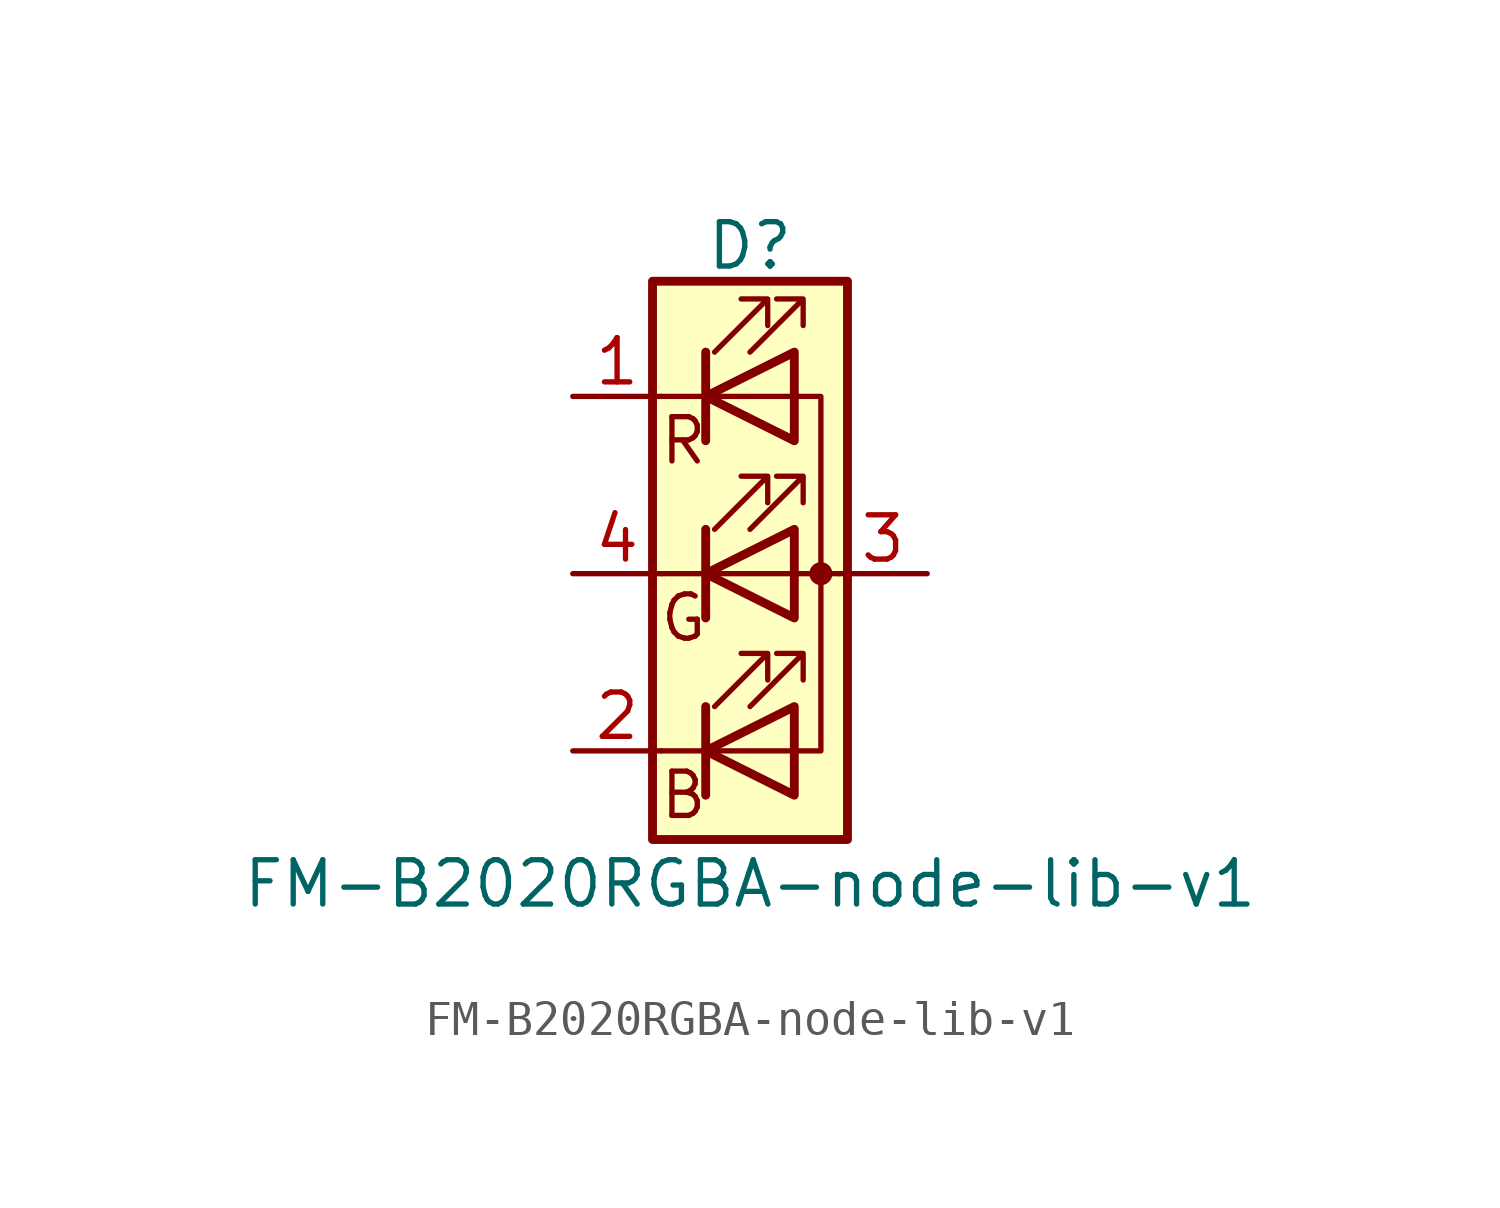
<source format=kicad_sym>
(kicad_symbol_lib
  (version 20211014)
  (generator kicad_symbol_editor)
  (symbol "FM-B2020RGBA-node-lib-v1"
    (pin_names
      (offset 0) hide)
    (property "Reference" "D"
      (at 0 9.398 0)
      (effects (font (size 1.27 1.27))))
    (property "Value" "FM-B2020RGBA-node-lib-v1"
      (at 0 -8.89 0)
      (effects (font (size 1.27 1.27))))
    (symbol "FM-B2020RGBA-node-lib-v1_0_0"
      (text "B" (at -1.905 -6.35 0) (effects (font (size 1.27 1.27))))
      (text "G" (at -1.905 -1.27 0) (effects (font (size 1.27 1.27))))
      (text "R" (at -1.905 3.81 0) (effects (font (size 1.27 1.27)))))
    (symbol "FM-B2020RGBA-node-lib-v1_0_1"
      (polyline (pts (xy -1.27 -5.08) (xy -2.54 -5.08)) (stroke (width 0) (type default) (color 0 0 0 0)) (fill (type none)))
      (polyline (pts (xy -1.27 -5.08) (xy 1.27 -5.08)) (stroke (width 0) (type default) (color 0 0 0 0)) (fill (type none)))
      (polyline (pts (xy -1.27 -3.81) (xy -1.27 -6.35)) (stroke (width 0.254) (type default) (color 0 0 0 0)) (fill (type none)))
      (polyline (pts (xy -1.27 0) (xy -2.54 0)) (stroke (width 0) (type default) (color 0 0 0 0)) (fill (type none)))
      (polyline (pts (xy -1.27 0) (xy 1.27 0)) (stroke (width 0) (type default) (color 0 0 0 0)) (fill (type none)))
      (polyline (pts (xy -1.27 1.27) (xy -1.27 -1.27)) (stroke (width 0.254) (type default) (color 0 0 0 0)) (fill (type none)))
      (polyline (pts (xy -1.27 5.08) (xy -2.54 5.08)) (stroke (width 0) (type default) (color 0 0 0 0)) (fill (type none)))
      (polyline (pts (xy -1.27 6.35) (xy -1.27 3.81)) (stroke (width 0.254) (type default) (color 0 0 0 0)) (fill (type none)))
      (polyline (pts (xy 1.27 0) (xy 2.54 0)) (stroke (width 0) (type default) (color 0 0 0 0)) (fill (type none)))
      (polyline (pts (xy 1.27 5.08) (xy -1.27 5.08)) (stroke (width 0) (type default) (color 0 0 0 0)) (fill (type none)))
      (polyline (pts (xy -1.27 1.27) (xy -1.27 -1.27) (xy -1.27 -1.27)) (stroke (width 0) (type default) (color 0 0 0 0)) (fill (type none)))
      (polyline (pts (xy -1.27 6.35) (xy -1.27 3.81) (xy -1.27 3.81)) (stroke (width 0) (type default) (color 0 0 0 0)) (fill (type none)))
      (polyline (pts (xy 1.27 -5.08) (xy 2.032 -5.08) (xy 2.032 5.08) (xy 1.27 5.08)) (stroke (width 0) (type default) (color 0 0 0 0)) (fill (type none)))
      (polyline (pts (xy 1.27 -3.81) (xy 1.27 -6.35) (xy -1.27 -5.08) (xy 1.27 -3.81)) (stroke (width 0.254) (type default) (color 0 0 0 0)) (fill (type none)))
      (polyline (pts (xy 1.27 1.27) (xy 1.27 -1.27) (xy -1.27 0) (xy 1.27 1.27)) (stroke (width 0.254) (type default) (color 0 0 0 0)) (fill (type none)))
      (polyline (pts (xy 1.27 6.35) (xy 1.27 3.81) (xy -1.27 5.08) (xy 1.27 6.35)) (stroke (width 0.254) (type default) (color 0 0 0 0)) (fill (type none)))
      (polyline (pts (xy -1.016 -3.81) (xy 0.508 -2.286) (xy -0.254 -2.286) (xy 0.508 -2.286) (xy 0.508 -3.048)) (stroke (width 0) (type default) (color 0 0 0 0)) (fill (type none)))
      (polyline (pts (xy -1.016 1.27) (xy 0.508 2.794) (xy -0.254 2.794) (xy 0.508 2.794) (xy 0.508 2.032)) (stroke (width 0) (type default) (color 0 0 0 0)) (fill (type none)))
      (polyline (pts (xy -1.016 6.35) (xy 0.508 7.874) (xy -0.254 7.874) (xy 0.508 7.874) (xy 0.508 7.112)) (stroke (width 0) (type default) (color 0 0 0 0)) (fill (type none)))
      (polyline (pts (xy 0 -3.81) (xy 1.524 -2.286) (xy 0.762 -2.286) (xy 1.524 -2.286) (xy 1.524 -3.048)) (stroke (width 0) (type default) (color 0 0 0 0)) (fill (type none)))
      (polyline (pts (xy 0 1.27) (xy 1.524 2.794) (xy 0.762 2.794) (xy 1.524 2.794) (xy 1.524 2.032)) (stroke (width 0) (type default) (color 0 0 0 0)) (fill (type none)))
      (polyline (pts (xy 0 6.35) (xy 1.524 7.874) (xy 0.762 7.874) (xy 1.524 7.874) (xy 1.524 7.112)) (stroke (width 0) (type default) (color 0 0 0 0)) (fill (type none)))
      (rectangle (start 1.27 -1.27) (end 1.27 1.27) (stroke (width 0) (type default) (color 0 0 0 0)) (fill (type none)))
      (rectangle (start 1.27 1.27) (end 1.27 1.27) (stroke (width 0) (type default) (color 0 0 0 0)) (fill (type none)))
      (rectangle (start 1.27 3.81) (end 1.27 6.35) (stroke (width 0) (type default) (color 0 0 0 0)) (fill (type none)))
      (rectangle (start 1.27 6.35) (end 1.27 6.35) (stroke (width 0) (type default) (color 0 0 0 0)) (fill (type none)))
      (circle (center 2.032 0) (radius 0.254) (stroke (width 0) (type default) (color 0 0 0 0)) (fill (type outline)))
      (rectangle (start 2.794 8.382) (end -2.794 -7.62) (stroke (width 0.254) (type default) (color 0 0 0 0)) (fill (type background))))
    (symbol "FM-B2020RGBA-node-lib-v1_1_1"
      (pin passive line (at -5.08 5.08 0) (length 2.54) (name "RK" (effects (font (size 1.27 1.27)))) (number "1" (effects (font (size 1.27 1.27)))))
      (pin passive line (at -5.08 -5.08 0) (length 2.54) (name "GK" (effects (font (size 1.27 1.27)))) (number "2" (effects (font (size 1.27 1.27)))))
      (pin passive line (at 5.08 0 180) (length 2.54) (name "BK" (effects (font (size 1.27 1.27)))) (number "3" (effects (font (size 1.27 1.27)))))
      (pin passive line (at -5.08 0 0) (length 2.54) (name "A" (effects (font (size 1.27 1.27)))) (number "4" (effects (font (size 1.27 1.27))))))))
</source>
